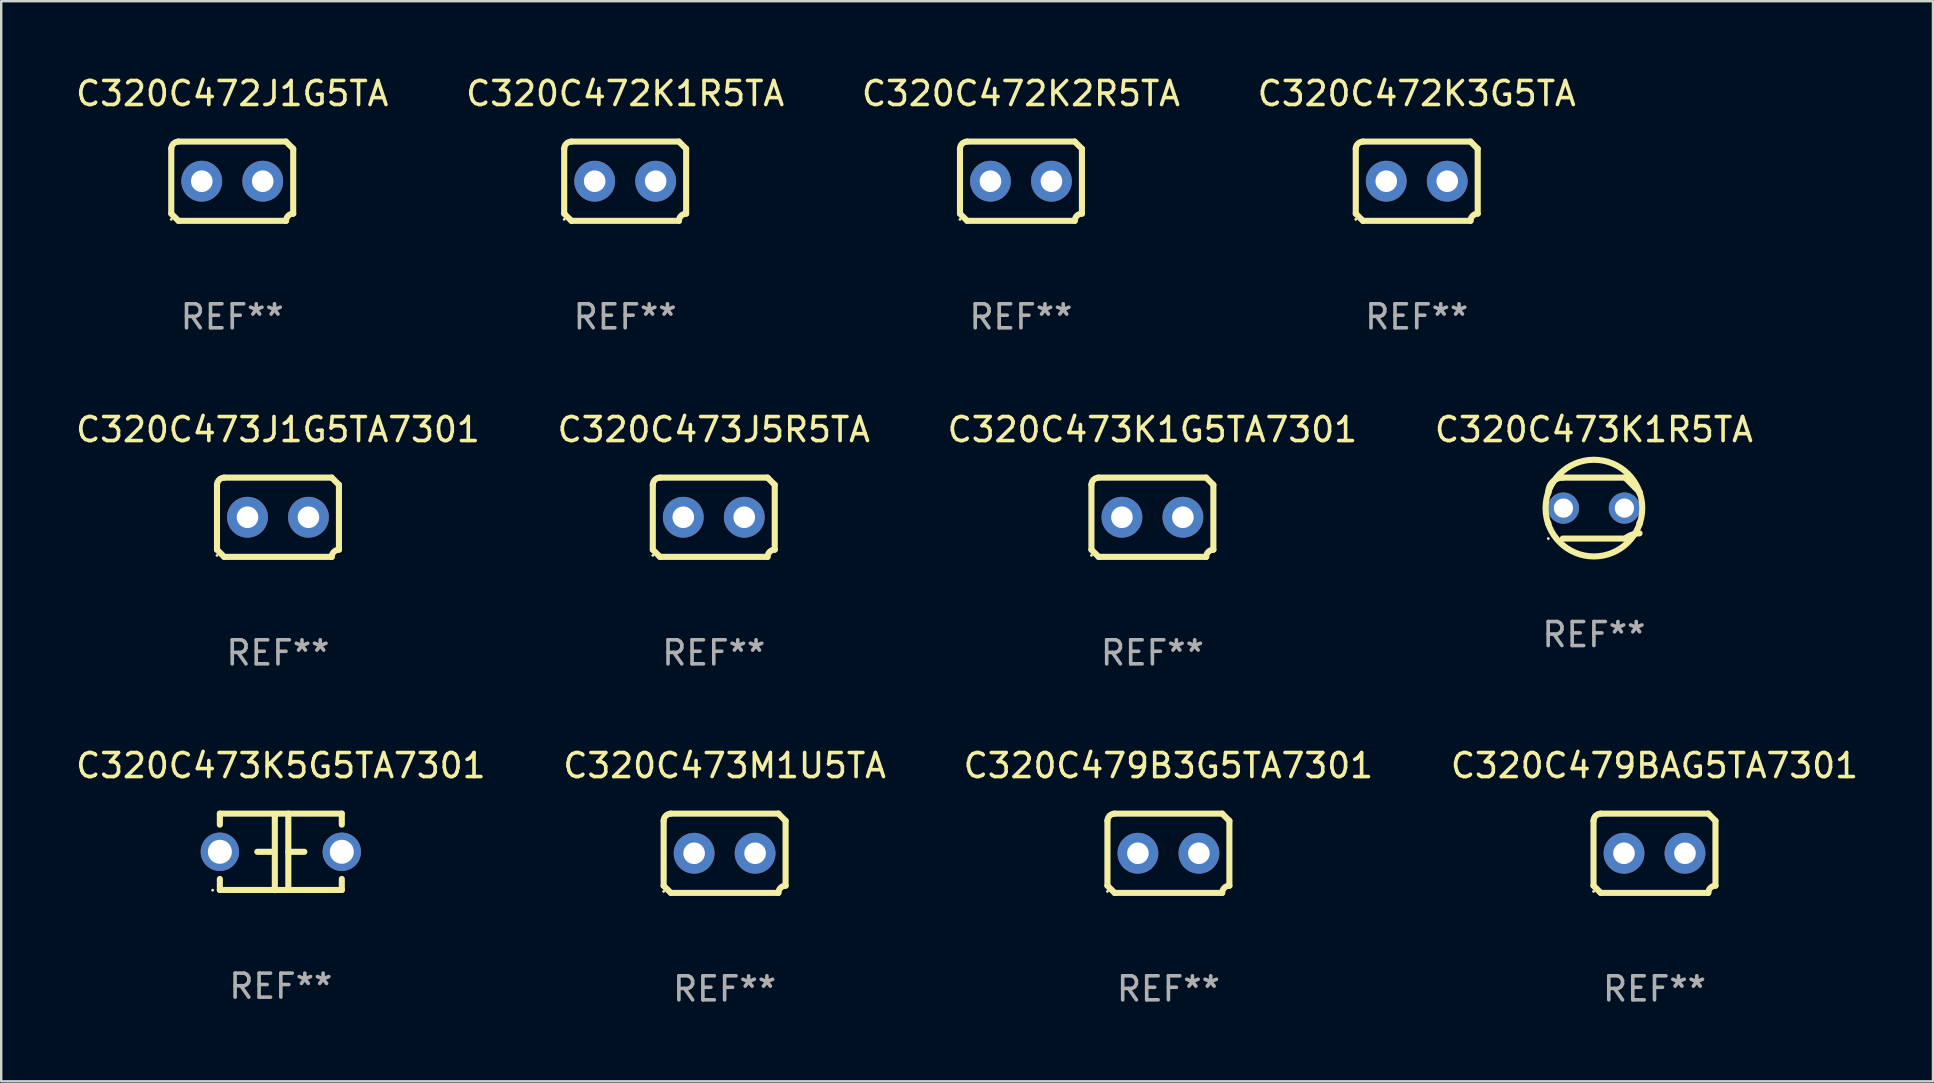
<source format=kicad_pcb>
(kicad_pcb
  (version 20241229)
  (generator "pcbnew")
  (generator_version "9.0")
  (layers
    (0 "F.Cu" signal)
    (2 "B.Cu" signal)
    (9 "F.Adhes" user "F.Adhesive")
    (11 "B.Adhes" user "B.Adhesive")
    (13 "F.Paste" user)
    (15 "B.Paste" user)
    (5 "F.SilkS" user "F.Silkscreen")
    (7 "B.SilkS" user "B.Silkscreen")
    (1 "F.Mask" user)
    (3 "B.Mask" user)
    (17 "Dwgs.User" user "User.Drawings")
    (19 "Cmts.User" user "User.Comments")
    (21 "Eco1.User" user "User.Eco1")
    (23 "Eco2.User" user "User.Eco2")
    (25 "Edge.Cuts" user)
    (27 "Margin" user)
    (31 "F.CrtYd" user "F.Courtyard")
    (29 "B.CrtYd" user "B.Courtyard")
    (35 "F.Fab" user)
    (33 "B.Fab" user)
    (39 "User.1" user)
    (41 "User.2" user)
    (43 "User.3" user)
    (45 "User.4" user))
  (footprint "C320C472K2R5TA"
    (layer "F.Cu")
    (at 39.482 4.499)
    (property "Reference" "C320C472K2R5TA" (at 0 -3.651 0) (layer "F.SilkS") (effects (font (size 1 1) (thickness 0.15))))
    (attr through_hole)
    (fp_line (start -2.54 -1.351) (end -2.54 1.351) (stroke (width 0.254) (type solid)) (layer "F.SilkS"))
    (fp_line (start -2.24 -1.651) (end 2.24 -1.651) (stroke (width 0.254) (type solid)) (layer "F.SilkS"))
    (fp_line (start 2.24 1.651) (end -2.24 1.651) (stroke (width 0.254) (type solid)) (layer "F.SilkS"))
    (fp_line (start 2.54 1.351) (end 2.54 -1.351) (stroke (width 0.254) (type solid)) (layer "F.SilkS"))
    (fp_arc (start -2.540005 -1.351283) (mid -2.450115 -1.561309) (end -2.240005 -1.651003) (stroke (width 0.254001) (type solid)) (layer "F.SilkS"))
    (fp_arc (start -2.240287 1.651001) (mid -2.390163 1.501019) (end -2.540005 1.351003) (stroke (width 0.254001) (type solid)) (layer "F.SilkS"))
    (fp_arc (start 2.240005 1.651003) (mid 2.329934 1.441015) (end 2.540005 1.351282) (stroke (width 0.254001) (type solid)) (layer "F.SilkS"))
    (fp_arc (start 2.540005 -1.351003) (mid 2.389393 -1.500252) (end 2.240284 -1.651003) (stroke (width 0.254001) (type solid)) (layer "F.SilkS"))
    (fp_circle (center -2.54 1.59) (end -2.51 1.59) (stroke (width 0.06) (type solid)) (fill no) (layer "F.SilkS"))
    (fp_text user "REF**" (at 0 5.651 0) (layer "F.Fab") (effects (font (size 1 1) (thickness 0.15))))
    (pad "1" thru_hole circle (at -1.27 0) (size 1.7 1.7) (drill 0.9) (layers "*.Cu" "*.Mask"))
    (pad "2" thru_hole circle (at 1.27 0) (size 1.7 1.7) (drill 0.9) (layers "*.Cu" "*.Mask")))
  (footprint "C320C472K3G5TA"
    (layer "F.Cu")
    (at 55.97 4.499)
    (property "Reference" "C320C472K3G5TA" (at 0 -3.651 0) (layer "F.SilkS") (effects (font (size 1 1) (thickness 0.15))))
    (attr through_hole)
    (fp_line (start -2.54 -1.351) (end -2.54 1.351) (stroke (width 0.254) (type solid)) (layer "F.SilkS"))
    (fp_line (start -2.24 -1.651) (end 2.24 -1.651) (stroke (width 0.254) (type solid)) (layer "F.SilkS"))
    (fp_line (start 2.24 1.651) (end -2.24 1.651) (stroke (width 0.254) (type solid)) (layer "F.SilkS"))
    (fp_line (start 2.54 1.351) (end 2.54 -1.351) (stroke (width 0.254) (type solid)) (layer "F.SilkS"))
    (fp_arc (start -2.540005 -1.351283) (mid -2.450115 -1.561309) (end -2.240005 -1.651003) (stroke (width 0.254001) (type solid)) (layer "F.SilkS"))
    (fp_arc (start -2.240287 1.651001) (mid -2.390163 1.501019) (end -2.540005 1.351003) (stroke (width 0.254001) (type solid)) (layer "F.SilkS"))
    (fp_arc (start 2.240005 1.651003) (mid 2.329934 1.441015) (end 2.540005 1.351282) (stroke (width 0.254001) (type solid)) (layer "F.SilkS"))
    (fp_arc (start 2.540005 -1.351003) (mid 2.389393 -1.500252) (end 2.240284 -1.651003) (stroke (width 0.254001) (type solid)) (layer "F.SilkS"))
    (fp_circle (center -2.54 1.59) (end -2.51 1.59) (stroke (width 0.06) (type solid)) (fill no) (layer "F.SilkS"))
    (fp_text user "REF**" (at 0 5.651 0) (layer "F.Fab") (effects (font (size 1 1) (thickness 0.15))))
    (pad "1" thru_hole circle (at -1.27 0) (size 1.7 1.7) (drill 0.9) (layers "*.Cu" "*.Mask"))
    (pad "2" thru_hole circle (at 1.27 0) (size 1.7 1.7) (drill 0.9) (layers "*.Cu" "*.Mask")))
  (footprint "C320C472K1R5TA"
    (layer "F.Cu")
    (at 22.994 4.499)
    (property "Reference" "C320C472K1R5TA" (at 0 -3.651 0) (layer "F.SilkS") (effects (font (size 1 1) (thickness 0.15))))
    (attr through_hole)
    (fp_line (start -2.54 -1.351) (end -2.54 1.351) (stroke (width 0.254) (type solid)) (layer "F.SilkS"))
    (fp_line (start -2.24 -1.651) (end 2.24 -1.651) (stroke (width 0.254) (type solid)) (layer "F.SilkS"))
    (fp_line (start 2.24 1.651) (end -2.24 1.651) (stroke (width 0.254) (type solid)) (layer "F.SilkS"))
    (fp_line (start 2.54 1.351) (end 2.54 -1.351) (stroke (width 0.254) (type solid)) (layer "F.SilkS"))
    (fp_arc (start -2.540005 -1.351283) (mid -2.450115 -1.561309) (end -2.240005 -1.651003) (stroke (width 0.254001) (type solid)) (layer "F.SilkS"))
    (fp_arc (start -2.240287 1.651001) (mid -2.390163 1.501019) (end -2.540005 1.351003) (stroke (width 0.254001) (type solid)) (layer "F.SilkS"))
    (fp_arc (start 2.240005 1.651003) (mid 2.329934 1.441015) (end 2.540005 1.351282) (stroke (width 0.254001) (type solid)) (layer "F.SilkS"))
    (fp_arc (start 2.540005 -1.351003) (mid 2.389393 -1.500252) (end 2.240284 -1.651003) (stroke (width 0.254001) (type solid)) (layer "F.SilkS"))
    (fp_circle (center -2.54 1.59) (end -2.51 1.59) (stroke (width 0.06) (type solid)) (fill no) (layer "F.SilkS"))
    (fp_text user "REF**" (at 0 5.651 0) (layer "F.Fab") (effects (font (size 1 1) (thickness 0.15))))
    (pad "1" thru_hole circle (at -1.27 0) (size 1.7 1.7) (drill 0.9) (layers "*.Cu" "*.Mask"))
    (pad "2" thru_hole circle (at 1.27 0) (size 1.7 1.7) (drill 0.9) (layers "*.Cu" "*.Mask")))
  (footprint "C320C473M1U5TA"
    (layer "F.Cu")
    (at 27.137 32.496)
    (property "Reference" "C320C473M1U5TA" (at 0 -3.651 0) (layer "F.SilkS") (effects (font (size 1 1) (thickness 0.15))))
    (attr through_hole)
    (fp_line (start -2.54 -1.351) (end -2.54 1.351) (stroke (width 0.254) (type solid)) (layer "F.SilkS"))
    (fp_line (start -2.24 -1.651) (end 2.24 -1.651) (stroke (width 0.254) (type solid)) (layer "F.SilkS"))
    (fp_line (start 2.24 1.651) (end -2.24 1.651) (stroke (width 0.254) (type solid)) (layer "F.SilkS"))
    (fp_line (start 2.54 1.351) (end 2.54 -1.351) (stroke (width 0.254) (type solid)) (layer "F.SilkS"))
    (fp_arc (start -2.540005 -1.351283) (mid -2.450115 -1.561309) (end -2.240005 -1.651003) (stroke (width 0.254001) (type solid)) (layer "F.SilkS"))
    (fp_arc (start -2.240287 1.651001) (mid -2.390163 1.501019) (end -2.540005 1.351003) (stroke (width 0.254001) (type solid)) (layer "F.SilkS"))
    (fp_arc (start 2.240005 1.651003) (mid 2.329934 1.441015) (end 2.540005 1.351282) (stroke (width 0.254001) (type solid)) (layer "F.SilkS"))
    (fp_arc (start 2.540005 -1.351003) (mid 2.389393 -1.500252) (end 2.240284 -1.651003) (stroke (width 0.254001) (type solid)) (layer "F.SilkS"))
    (fp_circle (center -2.54 1.59) (end -2.51 1.59) (stroke (width 0.06) (type solid)) (fill no) (layer "F.SilkS"))
    (fp_text user "REF**" (at 0 5.651 0) (layer "F.Fab") (effects (font (size 1 1) (thickness 0.15))))
    (pad "1" thru_hole circle (at -1.27 0) (size 1.7 1.7) (drill 0.9) (layers "*.Cu" "*.Mask"))
    (pad "2" thru_hole circle (at 1.27 0) (size 1.7 1.7) (drill 0.9) (layers "*.Cu" "*.Mask")))
  (footprint "C320C473J5R5TA"
    (layer "F.Cu")
    (at 26.685 18.498)
    (property "Reference" "C320C473J5R5TA" (at 0 -3.651 0) (layer "F.SilkS") (effects (font (size 1 1) (thickness 0.15))))
    (attr through_hole)
    (fp_line (start -2.54 -1.351) (end -2.54 1.351) (stroke (width 0.254) (type solid)) (layer "F.SilkS"))
    (fp_line (start -2.24 -1.651) (end 2.24 -1.651) (stroke (width 0.254) (type solid)) (layer "F.SilkS"))
    (fp_line (start 2.24 1.651) (end -2.24 1.651) (stroke (width 0.254) (type solid)) (layer "F.SilkS"))
    (fp_line (start 2.54 1.351) (end 2.54 -1.351) (stroke (width 0.254) (type solid)) (layer "F.SilkS"))
    (fp_arc (start -2.540005 -1.351283) (mid -2.450115 -1.561309) (end -2.240005 -1.651003) (stroke (width 0.254001) (type solid)) (layer "F.SilkS"))
    (fp_arc (start -2.240287 1.651001) (mid -2.390163 1.501019) (end -2.540005 1.351003) (stroke (width 0.254001) (type solid)) (layer "F.SilkS"))
    (fp_arc (start 2.240005 1.651003) (mid 2.329934 1.441015) (end 2.540005 1.351282) (stroke (width 0.254001) (type solid)) (layer "F.SilkS"))
    (fp_arc (start 2.540005 -1.351003) (mid 2.389393 -1.500252) (end 2.240284 -1.651003) (stroke (width 0.254001) (type solid)) (layer "F.SilkS"))
    (fp_circle (center -2.54 1.59) (end -2.51 1.59) (stroke (width 0.06) (type solid)) (fill no) (layer "F.SilkS"))
    (fp_text user "REF**" (at 0 5.651 0) (layer "F.Fab") (effects (font (size 1 1) (thickness 0.15))))
    (pad "1" thru_hole circle (at -1.27 0) (size 1.7 1.7) (drill 0.9) (layers "*.Cu" "*.Mask"))
    (pad "2" thru_hole circle (at 1.27 0) (size 1.7 1.7) (drill 0.9) (layers "*.Cu" "*.Mask")))
  (footprint "C320C479BAG5TA7301"
    (layer "F.Cu")
    (at 65.875 32.496)
    (property "Reference" "C320C479BAG5TA7301" (at 0 -3.651 0) (layer "F.SilkS") (effects (font (size 1 1) (thickness 0.15))))
    (attr through_hole)
    (fp_line (start -2.54 -1.351) (end -2.54 1.351) (stroke (width 0.254) (type solid)) (layer "F.SilkS"))
    (fp_line (start -2.24 -1.651) (end 2.24 -1.651) (stroke (width 0.254) (type solid)) (layer "F.SilkS"))
    (fp_line (start 2.24 1.651) (end -2.24 1.651) (stroke (width 0.254) (type solid)) (layer "F.SilkS"))
    (fp_line (start 2.54 1.351) (end 2.54 -1.351) (stroke (width 0.254) (type solid)) (layer "F.SilkS"))
    (fp_arc (start -2.540005 -1.351283) (mid -2.450115 -1.561309) (end -2.240005 -1.651003) (stroke (width 0.254001) (type solid)) (layer "F.SilkS"))
    (fp_arc (start -2.240287 1.651001) (mid -2.390163 1.501019) (end -2.540005 1.351003) (stroke (width 0.254001) (type solid)) (layer "F.SilkS"))
    (fp_arc (start 2.240005 1.651003) (mid 2.329934 1.441015) (end 2.540005 1.351282) (stroke (width 0.254001) (type solid)) (layer "F.SilkS"))
    (fp_arc (start 2.540005 -1.351003) (mid 2.389393 -1.500252) (end 2.240284 -1.651003) (stroke (width 0.254001) (type solid)) (layer "F.SilkS"))
    (fp_circle (center -2.54 1.59) (end -2.51 1.59) (stroke (width 0.06) (type solid)) (fill no) (layer "F.SilkS"))
    (fp_text user "REF**" (at 0 5.651 0) (layer "F.Fab") (effects (font (size 1 1) (thickness 0.15))))
    (pad "1" thru_hole circle (at -1.27 0) (size 1.7 1.7) (drill 0.9) (layers "*.Cu" "*.Mask"))
    (pad "2" thru_hole circle (at 1.27 0) (size 1.7 1.7) (drill 0.9) (layers "*.Cu" "*.Mask")))
  (footprint "C320C479B3G5TA7301"
    (layer "F.Cu")
    (at 45.625 32.496)
    (property "Reference" "C320C479B3G5TA7301" (at 0 -3.651 0) (layer "F.SilkS") (effects (font (size 1 1) (thickness 0.15))))
    (attr through_hole)
    (fp_line (start -2.54 -1.351) (end -2.54 1.351) (stroke (width 0.254) (type solid)) (layer "F.SilkS"))
    (fp_line (start -2.24 -1.651) (end 2.24 -1.651) (stroke (width 0.254) (type solid)) (layer "F.SilkS"))
    (fp_line (start 2.24 1.651) (end -2.24 1.651) (stroke (width 0.254) (type solid)) (layer "F.SilkS"))
    (fp_line (start 2.54 1.351) (end 2.54 -1.351) (stroke (width 0.254) (type solid)) (layer "F.SilkS"))
    (fp_arc (start -2.540005 -1.351283) (mid -2.450115 -1.561309) (end -2.240005 -1.651003) (stroke (width 0.254001) (type solid)) (layer "F.SilkS"))
    (fp_arc (start -2.240287 1.651001) (mid -2.390163 1.501019) (end -2.540005 1.351003) (stroke (width 0.254001) (type solid)) (layer "F.SilkS"))
    (fp_arc (start 2.240005 1.651003) (mid 2.329934 1.441015) (end 2.540005 1.351282) (stroke (width 0.254001) (type solid)) (layer "F.SilkS"))
    (fp_arc (start 2.540005 -1.351003) (mid 2.389393 -1.500252) (end 2.240284 -1.651003) (stroke (width 0.254001) (type solid)) (layer "F.SilkS"))
    (fp_circle (center -2.54 1.59) (end -2.51 1.59) (stroke (width 0.06) (type solid)) (fill no) (layer "F.SilkS"))
    (fp_text user "REF**" (at 0 5.651 0) (layer "F.Fab") (effects (font (size 1 1) (thickness 0.15))))
    (pad "1" thru_hole circle (at -1.27 0) (size 1.7 1.7) (drill 0.9) (layers "*.Cu" "*.Mask"))
    (pad "2" thru_hole circle (at 1.27 0) (size 1.7 1.7) (drill 0.9) (layers "*.Cu" "*.Mask")))
  (footprint "C320C473K5G5TA7301"
    (layer "F.Cu")
    (at 8.649 32.44)
    (property "Reference" "C320C473K5G5TA7301" (at 0 -3.595 0) (layer "F.SilkS") (effects (font (size 1 1) (thickness 0.15))))
    (attr through_hole)
    (fp_line (start -2.54 -1.595) (end -2.54 -1.136) (stroke (width 0.254) (type solid)) (layer "F.SilkS"))
    (fp_line (start -2.54 -1.595) (end 2.54 -1.595) (stroke (width 0.254) (type solid)) (layer "F.SilkS"))
    (fp_line (start -2.54 1.126) (end -2.54 1.585) (stroke (width 0.254) (type solid)) (layer "F.SilkS"))
    (fp_line (start -0.312 -0.005) (end -0.98 -0.005) (stroke (width 0.254) (type solid)) (layer "F.SilkS"))
    (fp_line (start -0.25 -1.585) (end -0.25 1.595) (stroke (width 0.254) (type solid)) (layer "F.SilkS"))
    (fp_line (start 0.312 -1.595) (end 0.312 1.585) (stroke (width 0.254) (type solid)) (layer "F.SilkS"))
    (fp_line (start 0.312 -0.005) (end 0.98 -0.005) (stroke (width 0.254) (type solid)) (layer "F.SilkS"))
    (fp_line (start 2.54 -1.595) (end 2.54 -1.136) (stroke (width 0.254) (type solid)) (layer "F.SilkS"))
    (fp_line (start 2.54 1.126) (end 2.54 1.585) (stroke (width 0.254) (type solid)) (layer "F.SilkS"))
    (fp_line (start 2.54 1.585) (end -2.54 1.585) (stroke (width 0.254) (type solid)) (layer "F.SilkS"))
    (fp_circle (center -2.84 1.595) (end -2.81 1.595) (stroke (width 0.06) (type solid)) (fill no) (layer "F.SilkS"))
    (fp_text user "REF**" (at 0 5.595 0) (layer "F.Fab") (effects (font (size 1 1) (thickness 0.15))))
    (pad "1" thru_hole circle (at -2.54 -0.005) (size 1.6 1.6) (drill 1) (layers "*.Cu" "*.Mask"))
    (pad "2" thru_hole circle (at 2.54 -0.005) (size 1.6 1.6) (drill 1) (layers "*.Cu" "*.Mask")))
  (footprint "C320C473K1G5TA7301"
    (layer "F.Cu")
    (at 44.958 18.498)
    (property "Reference" "C320C473K1G5TA7301" (at 0 -3.651 0) (layer "F.SilkS") (effects (font (size 1 1) (thickness 0.15))))
    (attr through_hole)
    (fp_line (start -2.54 -1.351) (end -2.54 1.351) (stroke (width 0.254) (type solid)) (layer "F.SilkS"))
    (fp_line (start -2.24 -1.651) (end 2.24 -1.651) (stroke (width 0.254) (type solid)) (layer "F.SilkS"))
    (fp_line (start 2.24 1.651) (end -2.24 1.651) (stroke (width 0.254) (type solid)) (layer "F.SilkS"))
    (fp_line (start 2.54 1.351) (end 2.54 -1.351) (stroke (width 0.254) (type solid)) (layer "F.SilkS"))
    (fp_arc (start -2.540005 -1.351283) (mid -2.450115 -1.561309) (end -2.240005 -1.651003) (stroke (width 0.254001) (type solid)) (layer "F.SilkS"))
    (fp_arc (start -2.240287 1.651001) (mid -2.390163 1.501019) (end -2.540005 1.351003) (stroke (width 0.254001) (type solid)) (layer "F.SilkS"))
    (fp_arc (start 2.240005 1.651003) (mid 2.329934 1.441015) (end 2.540005 1.351282) (stroke (width 0.254001) (type solid)) (layer "F.SilkS"))
    (fp_arc (start 2.540005 -1.351003) (mid 2.389393 -1.500252) (end 2.240284 -1.651003) (stroke (width 0.254001) (type solid)) (layer "F.SilkS"))
    (fp_circle (center -2.54 1.59) (end -2.51 1.59) (stroke (width 0.06) (type solid)) (fill no) (layer "F.SilkS"))
    (fp_text user "REF**" (at 0 5.651 0) (layer "F.Fab") (effects (font (size 1 1) (thickness 0.15))))
    (pad "1" thru_hole circle (at -1.27 0) (size 1.7 1.7) (drill 0.9) (layers "*.Cu" "*.Mask"))
    (pad "2" thru_hole circle (at 1.27 0) (size 1.7 1.7) (drill 0.9) (layers "*.Cu" "*.Mask")))
  (footprint "C320C473J1G5TA7301"
    (layer "F.Cu")
    (at 8.53 18.498)
    (property "Reference" "C320C473J1G5TA7301" (at 0 -3.651 0) (layer "F.SilkS") (effects (font (size 1 1) (thickness 0.15))))
    (attr through_hole)
    (fp_line (start -2.54 -1.351) (end -2.54 1.351) (stroke (width 0.254) (type solid)) (layer "F.SilkS"))
    (fp_line (start -2.24 -1.651) (end 2.24 -1.651) (stroke (width 0.254) (type solid)) (layer "F.SilkS"))
    (fp_line (start 2.24 1.651) (end -2.24 1.651) (stroke (width 0.254) (type solid)) (layer "F.SilkS"))
    (fp_line (start 2.54 1.351) (end 2.54 -1.351) (stroke (width 0.254) (type solid)) (layer "F.SilkS"))
    (fp_arc (start -2.540005 -1.351283) (mid -2.450115 -1.561309) (end -2.240005 -1.651003) (stroke (width 0.254001) (type solid)) (layer "F.SilkS"))
    (fp_arc (start -2.240287 1.651001) (mid -2.390163 1.501019) (end -2.540005 1.351003) (stroke (width 0.254001) (type solid)) (layer "F.SilkS"))
    (fp_arc (start 2.240005 1.651003) (mid 2.329934 1.441015) (end 2.540005 1.351282) (stroke (width 0.254001) (type solid)) (layer "F.SilkS"))
    (fp_arc (start 2.540005 -1.351003) (mid 2.389393 -1.500252) (end 2.240284 -1.651003) (stroke (width 0.254001) (type solid)) (layer "F.SilkS"))
    (fp_circle (center -2.54 1.59) (end -2.51 1.59) (stroke (width 0.06) (type solid)) (fill no) (layer "F.SilkS"))
    (fp_text user "REF**" (at 0 5.651 0) (layer "F.Fab") (effects (font (size 1 1) (thickness 0.15))))
    (pad "1" thru_hole circle (at -1.27 0) (size 1.7 1.7) (drill 0.9) (layers "*.Cu" "*.Mask"))
    (pad "2" thru_hole circle (at 1.27 0) (size 1.7 1.7) (drill 0.9) (layers "*.Cu" "*.Mask")))
  (footprint "C320C473K1R5TA"
    (layer "F.Cu")
    (at 63.351 18.117)
    (property "Reference" "C320C473K1R5TA" (at 0 -3.27 0) (layer "F.SilkS") (effects (font (size 1 1) (thickness 0.15))))
    (attr through_hole)
    (fp_line (start -1.9 -0.615) (end -1.9 -0.668) (stroke (width 0.254) (type solid)) (layer "F.SilkS"))
    (fp_line (start -1.9 0.668) (end -1.9 0.615) (stroke (width 0.254) (type solid)) (layer "F.SilkS"))
    (fp_line (start -1.298 1.27) (end 1.298 1.27) (stroke (width 0.254) (type solid)) (layer "F.SilkS"))
    (fp_line (start -1.298 -1.27) (end 1.298 -1.27) (stroke (width 0.254) (type solid)) (layer "F.SilkS"))
    (fp_line (start 1.9 -0.668) (end 1.9 -0.615) (stroke (width 0.254) (type solid)) (layer "F.SilkS"))
    (fp_line (start 1.9 0.615) (end 1.9 0.668) (stroke (width 0.254) (type solid)) (layer "F.SilkS"))
    (fp_arc (start -1.900025 0.667602) (mid 1.900003 -0.66758) (end -1.900025 0.667602) (stroke (width 0.254001) (type solid)) (layer "F.SilkS"))
    (fp_arc (start -1.9 -0.667602) (mid -1.723557 -1.093572) (end -1.297587 -1.270015) (stroke (width 0.254001) (type solid)) (layer "F.SilkS"))
    (fp_arc (start 1.297587 1.26999) (mid 1.579878 1.109027) (end 1.9 1.053172) (stroke (width 0.254001) (type solid)) (layer "F.SilkS"))
    (fp_arc (start 1.297611 -1.270042) (mid 1.598991 -0.969008) (end 1.900025 -0.667628) (stroke (width 0.254001) (type solid)) (layer "F.SilkS"))
    (fp_circle (center -1.9 1.27) (end -1.87 1.27) (stroke (width 0.06) (type solid)) (fill no) (layer "F.SilkS"))
    (fp_text user "REF**" (at 0 5.27 0) (layer "F.Fab") (effects (font (size 1 1) (thickness 0.15))))
    (pad "1" thru_hole circle (at -1.27 -0.000013) (size 1.3 1.3) (drill 0.8) (layers "*.Cu" "*.Mask"))
    (pad "2" thru_hole circle (at 1.27 -0.000013) (size 1.3 1.3) (drill 0.8) (layers "*.Cu" "*.Mask")))
  (footprint "C320C472J1G5TA"
    (layer "F.Cu")
    (at 6.625 4.499)
    (property "Reference" "C320C472J1G5TA" (at 0 -3.651 0) (layer "F.SilkS") (effects (font (size 1 1) (thickness 0.15))))
    (attr through_hole)
    (fp_line (start -2.54 -1.351) (end -2.54 1.351) (stroke (width 0.254) (type solid)) (layer "F.SilkS"))
    (fp_line (start -2.24 -1.651) (end 2.24 -1.651) (stroke (width 0.254) (type solid)) (layer "F.SilkS"))
    (fp_line (start 2.24 1.651) (end -2.24 1.651) (stroke (width 0.254) (type solid)) (layer "F.SilkS"))
    (fp_line (start 2.54 1.351) (end 2.54 -1.351) (stroke (width 0.254) (type solid)) (layer "F.SilkS"))
    (fp_arc (start -2.540005 -1.351283) (mid -2.450115 -1.561309) (end -2.240005 -1.651003) (stroke (width 0.254001) (type solid)) (layer "F.SilkS"))
    (fp_arc (start -2.240287 1.651001) (mid -2.390163 1.501019) (end -2.540005 1.351003) (stroke (width 0.254001) (type solid)) (layer "F.SilkS"))
    (fp_arc (start 2.240005 1.651003) (mid 2.329934 1.441015) (end 2.540005 1.351282) (stroke (width 0.254001) (type solid)) (layer "F.SilkS"))
    (fp_arc (start 2.540005 -1.351003) (mid 2.389393 -1.500252) (end 2.240284 -1.651003) (stroke (width 0.254001) (type solid)) (layer "F.SilkS"))
    (fp_circle (center -2.54 1.59) (end -2.51 1.59) (stroke (width 0.06) (type solid)) (fill no) (layer "F.SilkS"))
    (fp_text user "REF**" (at 0 5.651 0) (layer "F.Fab") (effects (font (size 1 1) (thickness 0.15))))
    (pad "1" thru_hole circle (at -1.27 0) (size 1.7 1.7) (drill 0.9) (layers "*.Cu" "*.Mask"))
    (pad "2" thru_hole circle (at 1.27 0) (size 1.7 1.7) (drill 0.9) (layers "*.Cu" "*.Mask")))
  (gr_rect
    (start -3 -3)
    (end 77.476 41.996)
    (stroke (width 0.1) (type default))
    (fill no)
    (layer "Edge.Cuts")))
</source>
